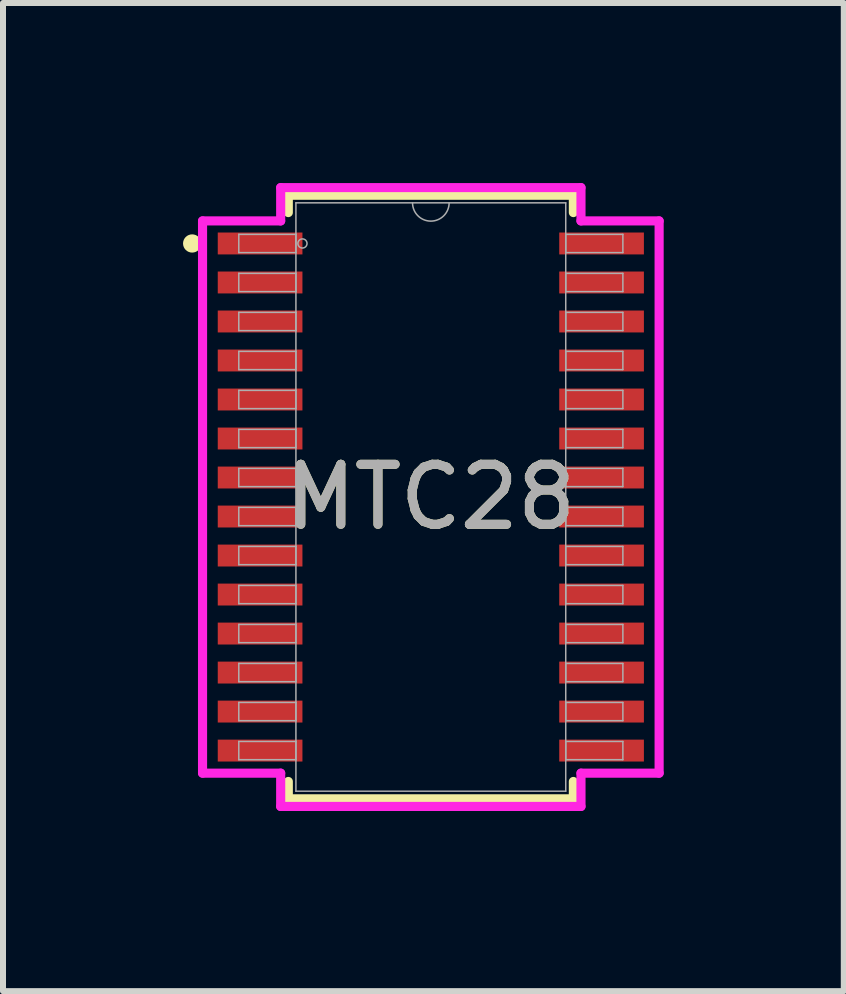
<source format=kicad_pcb>
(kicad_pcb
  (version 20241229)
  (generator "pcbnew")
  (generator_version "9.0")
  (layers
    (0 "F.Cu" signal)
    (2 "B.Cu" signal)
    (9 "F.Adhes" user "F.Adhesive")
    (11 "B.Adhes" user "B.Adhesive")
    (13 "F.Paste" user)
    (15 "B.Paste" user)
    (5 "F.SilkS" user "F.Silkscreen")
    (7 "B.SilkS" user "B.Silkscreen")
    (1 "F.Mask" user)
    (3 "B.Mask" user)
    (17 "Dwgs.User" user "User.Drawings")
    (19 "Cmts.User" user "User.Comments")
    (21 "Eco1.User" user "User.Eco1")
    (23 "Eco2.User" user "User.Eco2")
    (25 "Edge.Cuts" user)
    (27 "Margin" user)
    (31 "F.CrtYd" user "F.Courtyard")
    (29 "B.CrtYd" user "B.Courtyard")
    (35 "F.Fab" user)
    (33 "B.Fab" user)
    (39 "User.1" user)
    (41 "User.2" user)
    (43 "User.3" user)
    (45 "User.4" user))
  (footprint "MTC28"
    (layer "F.Cu")
    (at 4.129 5.232)
    (property "Reference" "MTC28" (at 0 0 0) (unlocked yes) (layer "F.SilkS") (effects (font (size 1 1) (thickness 0.15))))
    (attr smd)
    (fp_line (start -2.375 -5.029) (end -2.375 -4.74) (stroke (width 0.152) (type solid)) (layer "F.SilkS"))
    (fp_line (start -2.375 4.74) (end -2.375 5.029) (stroke (width 0.152) (type solid)) (layer "F.SilkS"))
    (fp_line (start -2.375 5.029) (end 2.375 5.029) (stroke (width 0.152) (type solid)) (layer "F.SilkS"))
    (fp_line (start 2.375 -5.029) (end -2.375 -5.029) (stroke (width 0.152) (type solid)) (layer "F.SilkS"))
    (fp_line (start 2.375 -4.74) (end 2.375 -5.029) (stroke (width 0.152) (type solid)) (layer "F.SilkS"))
    (fp_line (start 2.375 5.029) (end 2.375 4.74) (stroke (width 0.152) (type solid)) (layer "F.SilkS"))
    (fp_circle (center -3.977 -4.225) (end -3.901 -4.225) (stroke (width 0.152) (type solid)) (fill no) (layer "F.SilkS"))
    (fp_line (start -3.804 -4.601) (end -2.502 -4.601) (stroke (width 0.152) (type solid)) (layer "F.CrtYd"))
    (fp_line (start -3.804 4.601) (end -3.804 -4.601) (stroke (width 0.152) (type solid)) (layer "F.CrtYd"))
    (fp_line (start -3.804 4.601) (end -2.502 4.601) (stroke (width 0.152) (type solid)) (layer "F.CrtYd"))
    (fp_line (start -2.502 -5.156) (end 2.502 -5.156) (stroke (width 0.152) (type solid)) (layer "F.CrtYd"))
    (fp_line (start -2.502 -4.601) (end -2.502 -5.156) (stroke (width 0.152) (type solid)) (layer "F.CrtYd"))
    (fp_line (start -2.502 5.156) (end -2.502 4.601) (stroke (width 0.152) (type solid)) (layer "F.CrtYd"))
    (fp_line (start 2.502 -5.156) (end 2.502 -4.601) (stroke (width 0.152) (type solid)) (layer "F.CrtYd"))
    (fp_line (start 2.502 4.601) (end 2.502 5.156) (stroke (width 0.152) (type solid)) (layer "F.CrtYd"))
    (fp_line (start 2.502 5.156) (end -2.502 5.156) (stroke (width 0.152) (type solid)) (layer "F.CrtYd"))
    (fp_line (start 3.804 -4.601) (end 2.502 -4.601) (stroke (width 0.152) (type solid)) (layer "F.CrtYd"))
    (fp_line (start 3.804 -4.601) (end 3.804 4.601) (stroke (width 0.152) (type solid)) (layer "F.CrtYd"))
    (fp_line (start 3.804 4.601) (end 2.502 4.601) (stroke (width 0.152) (type solid)) (layer "F.CrtYd"))
    (fp_line (start -3.2 -4.377) (end -3.2 -4.073) (stroke (width 0.025) (type solid)) (layer "F.Fab"))
    (fp_line (start -3.2 -4.073) (end -2.248 -4.073) (stroke (width 0.025) (type solid)) (layer "F.Fab"))
    (fp_line (start -3.2 -3.727) (end -3.2 -3.423) (stroke (width 0.025) (type solid)) (layer "F.Fab"))
    (fp_line (start -3.2 -3.423) (end -2.248 -3.423) (stroke (width 0.025) (type solid)) (layer "F.Fab"))
    (fp_line (start -3.2 -3.077) (end -3.2 -2.773) (stroke (width 0.025) (type solid)) (layer "F.Fab"))
    (fp_line (start -3.2 -2.773) (end -2.248 -2.773) (stroke (width 0.025) (type solid)) (layer "F.Fab"))
    (fp_line (start -3.2 -2.427) (end -3.2 -2.123) (stroke (width 0.025) (type solid)) (layer "F.Fab"))
    (fp_line (start -3.2 -2.123) (end -2.248 -2.123) (stroke (width 0.025) (type solid)) (layer "F.Fab"))
    (fp_line (start -3.2 -1.777) (end -3.2 -1.473) (stroke (width 0.025) (type solid)) (layer "F.Fab"))
    (fp_line (start -3.2 -1.473) (end -2.248 -1.473) (stroke (width 0.025) (type solid)) (layer "F.Fab"))
    (fp_line (start -3.2 -1.127) (end -3.2 -0.823) (stroke (width 0.025) (type solid)) (layer "F.Fab"))
    (fp_line (start -3.2 -0.823) (end -2.248 -0.823) (stroke (width 0.025) (type solid)) (layer "F.Fab"))
    (fp_line (start -3.2 -0.477) (end -3.2 -0.173) (stroke (width 0.025) (type solid)) (layer "F.Fab"))
    (fp_line (start -3.2 -0.173) (end -2.248 -0.173) (stroke (width 0.025) (type solid)) (layer "F.Fab"))
    (fp_line (start -3.2 0.173) (end -3.2 0.477) (stroke (width 0.025) (type solid)) (layer "F.Fab"))
    (fp_line (start -3.2 0.477) (end -2.248 0.477) (stroke (width 0.025) (type solid)) (layer "F.Fab"))
    (fp_line (start -3.2 0.823) (end -3.2 1.127) (stroke (width 0.025) (type solid)) (layer "F.Fab"))
    (fp_line (start -3.2 1.127) (end -2.248 1.127) (stroke (width 0.025) (type solid)) (layer "F.Fab"))
    (fp_line (start -3.2 1.473) (end -3.2 1.777) (stroke (width 0.025) (type solid)) (layer "F.Fab"))
    (fp_line (start -3.2 1.777) (end -2.248 1.777) (stroke (width 0.025) (type solid)) (layer "F.Fab"))
    (fp_line (start -3.2 2.123) (end -3.2 2.427) (stroke (width 0.025) (type solid)) (layer "F.Fab"))
    (fp_line (start -3.2 2.427) (end -2.248 2.427) (stroke (width 0.025) (type solid)) (layer "F.Fab"))
    (fp_line (start -3.2 2.773) (end -3.2 3.077) (stroke (width 0.025) (type solid)) (layer "F.Fab"))
    (fp_line (start -3.2 3.077) (end -2.248 3.077) (stroke (width 0.025) (type solid)) (layer "F.Fab"))
    (fp_line (start -3.2 3.423) (end -3.2 3.727) (stroke (width 0.025) (type solid)) (layer "F.Fab"))
    (fp_line (start -3.2 3.727) (end -2.248 3.727) (stroke (width 0.025) (type solid)) (layer "F.Fab"))
    (fp_line (start -3.2 4.073) (end -3.2 4.377) (stroke (width 0.025) (type solid)) (layer "F.Fab"))
    (fp_line (start -3.2 4.377) (end -2.248 4.377) (stroke (width 0.025) (type solid)) (layer "F.Fab"))
    (fp_line (start -2.248 -4.902) (end -2.248 4.902) (stroke (width 0.025) (type solid)) (layer "F.Fab"))
    (fp_line (start -2.248 -4.377) (end -3.2 -4.377) (stroke (width 0.025) (type solid)) (layer "F.Fab"))
    (fp_line (start -2.248 -4.073) (end -2.248 -4.377) (stroke (width 0.025) (type solid)) (layer "F.Fab"))
    (fp_line (start -2.248 -3.727) (end -3.2 -3.727) (stroke (width 0.025) (type solid)) (layer "F.Fab"))
    (fp_line (start -2.248 -3.423) (end -2.248 -3.727) (stroke (width 0.025) (type solid)) (layer "F.Fab"))
    (fp_line (start -2.248 -3.077) (end -3.2 -3.077) (stroke (width 0.025) (type solid)) (layer "F.Fab"))
    (fp_line (start -2.248 -2.773) (end -2.248 -3.077) (stroke (width 0.025) (type solid)) (layer "F.Fab"))
    (fp_line (start -2.248 -2.427) (end -3.2 -2.427) (stroke (width 0.025) (type solid)) (layer "F.Fab"))
    (fp_line (start -2.248 -2.123) (end -2.248 -2.427) (stroke (width 0.025) (type solid)) (layer "F.Fab"))
    (fp_line (start -2.248 -1.777) (end -3.2 -1.777) (stroke (width 0.025) (type solid)) (layer "F.Fab"))
    (fp_line (start -2.248 -1.473) (end -2.248 -1.777) (stroke (width 0.025) (type solid)) (layer "F.Fab"))
    (fp_line (start -2.248 -1.127) (end -3.2 -1.127) (stroke (width 0.025) (type solid)) (layer "F.Fab"))
    (fp_line (start -2.248 -0.823) (end -2.248 -1.127) (stroke (width 0.025) (type solid)) (layer "F.Fab"))
    (fp_line (start -2.248 -0.477) (end -3.2 -0.477) (stroke (width 0.025) (type solid)) (layer "F.Fab"))
    (fp_line (start -2.248 -0.173) (end -2.248 -0.477) (stroke (width 0.025) (type solid)) (layer "F.Fab"))
    (fp_line (start -2.248 0.173) (end -3.2 0.173) (stroke (width 0.025) (type solid)) (layer "F.Fab"))
    (fp_line (start -2.248 0.477) (end -2.248 0.173) (stroke (width 0.025) (type solid)) (layer "F.Fab"))
    (fp_line (start -2.248 0.823) (end -3.2 0.823) (stroke (width 0.025) (type solid)) (layer "F.Fab"))
    (fp_line (start -2.248 1.127) (end -2.248 0.823) (stroke (width 0.025) (type solid)) (layer "F.Fab"))
    (fp_line (start -2.248 1.473) (end -3.2 1.473) (stroke (width 0.025) (type solid)) (layer "F.Fab"))
    (fp_line (start -2.248 1.777) (end -2.248 1.473) (stroke (width 0.025) (type solid)) (layer "F.Fab"))
    (fp_line (start -2.248 2.123) (end -3.2 2.123) (stroke (width 0.025) (type solid)) (layer "F.Fab"))
    (fp_line (start -2.248 2.427) (end -2.248 2.123) (stroke (width 0.025) (type solid)) (layer "F.Fab"))
    (fp_line (start -2.248 2.773) (end -3.2 2.773) (stroke (width 0.025) (type solid)) (layer "F.Fab"))
    (fp_line (start -2.248 3.077) (end -2.248 2.773) (stroke (width 0.025) (type solid)) (layer "F.Fab"))
    (fp_line (start -2.248 3.423) (end -3.2 3.423) (stroke (width 0.025) (type solid)) (layer "F.Fab"))
    (fp_line (start -2.248 3.727) (end -2.248 3.423) (stroke (width 0.025) (type solid)) (layer "F.Fab"))
    (fp_line (start -2.248 4.073) (end -3.2 4.073) (stroke (width 0.025) (type solid)) (layer "F.Fab"))
    (fp_line (start -2.248 4.377) (end -2.248 4.073) (stroke (width 0.025) (type solid)) (layer "F.Fab"))
    (fp_line (start -2.248 4.902) (end 2.248 4.902) (stroke (width 0.025) (type solid)) (layer "F.Fab"))
    (fp_line (start 2.248 -4.902) (end -2.248 -4.902) (stroke (width 0.025) (type solid)) (layer "F.Fab"))
    (fp_line (start 2.248 -4.377) (end 2.248 -4.073) (stroke (width 0.025) (type solid)) (layer "F.Fab"))
    (fp_line (start 2.248 -4.073) (end 3.2 -4.073) (stroke (width 0.025) (type solid)) (layer "F.Fab"))
    (fp_line (start 2.248 -3.727) (end 2.248 -3.423) (stroke (width 0.025) (type solid)) (layer "F.Fab"))
    (fp_line (start 2.248 -3.423) (end 3.2 -3.423) (stroke (width 0.025) (type solid)) (layer "F.Fab"))
    (fp_line (start 2.248 -3.077) (end 2.248 -2.773) (stroke (width 0.025) (type solid)) (layer "F.Fab"))
    (fp_line (start 2.248 -2.773) (end 3.2 -2.773) (stroke (width 0.025) (type solid)) (layer "F.Fab"))
    (fp_line (start 2.248 -2.427) (end 2.248 -2.123) (stroke (width 0.025) (type solid)) (layer "F.Fab"))
    (fp_line (start 2.248 -2.123) (end 3.2 -2.123) (stroke (width 0.025) (type solid)) (layer "F.Fab"))
    (fp_line (start 2.248 -1.777) (end 2.248 -1.473) (stroke (width 0.025) (type solid)) (layer "F.Fab"))
    (fp_line (start 2.248 -1.473) (end 3.2 -1.473) (stroke (width 0.025) (type solid)) (layer "F.Fab"))
    (fp_line (start 2.248 -1.127) (end 2.248 -0.823) (stroke (width 0.025) (type solid)) (layer "F.Fab"))
    (fp_line (start 2.248 -0.823) (end 3.2 -0.823) (stroke (width 0.025) (type solid)) (layer "F.Fab"))
    (fp_line (start 2.248 -0.477) (end 2.248 -0.173) (stroke (width 0.025) (type solid)) (layer "F.Fab"))
    (fp_line (start 2.248 -0.173) (end 3.2 -0.173) (stroke (width 0.025) (type solid)) (layer "F.Fab"))
    (fp_line (start 2.248 0.173) (end 2.248 0.477) (stroke (width 0.025) (type solid)) (layer "F.Fab"))
    (fp_line (start 2.248 0.477) (end 3.2 0.477) (stroke (width 0.025) (type solid)) (layer "F.Fab"))
    (fp_line (start 2.248 0.823) (end 2.248 1.127) (stroke (width 0.025) (type solid)) (layer "F.Fab"))
    (fp_line (start 2.248 1.127) (end 3.2 1.127) (stroke (width 0.025) (type solid)) (layer "F.Fab"))
    (fp_line (start 2.248 1.473) (end 2.248 1.777) (stroke (width 0.025) (type solid)) (layer "F.Fab"))
    (fp_line (start 2.248 1.777) (end 3.2 1.777) (stroke (width 0.025) (type solid)) (layer "F.Fab"))
    (fp_line (start 2.248 2.123) (end 2.248 2.427) (stroke (width 0.025) (type solid)) (layer "F.Fab"))
    (fp_line (start 2.248 2.427) (end 3.2 2.427) (stroke (width 0.025) (type solid)) (layer "F.Fab"))
    (fp_line (start 2.248 2.773) (end 2.248 3.077) (stroke (width 0.025) (type solid)) (layer "F.Fab"))
    (fp_line (start 2.248 3.077) (end 3.2 3.077) (stroke (width 0.025) (type solid)) (layer "F.Fab"))
    (fp_line (start 2.248 3.423) (end 2.248 3.727) (stroke (width 0.025) (type solid)) (layer "F.Fab"))
    (fp_line (start 2.248 3.727) (end 3.2 3.727) (stroke (width 0.025) (type solid)) (layer "F.Fab"))
    (fp_line (start 2.248 4.073) (end 2.248 4.377) (stroke (width 0.025) (type solid)) (layer "F.Fab"))
    (fp_line (start 2.248 4.377) (end 3.2 4.377) (stroke (width 0.025) (type solid)) (layer "F.Fab"))
    (fp_line (start 2.248 4.902) (end 2.248 -4.902) (stroke (width 0.025) (type solid)) (layer "F.Fab"))
    (fp_line (start 3.2 -4.377) (end 2.248 -4.377) (stroke (width 0.025) (type solid)) (layer "F.Fab"))
    (fp_line (start 3.2 -4.073) (end 3.2 -4.377) (stroke (width 0.025) (type solid)) (layer "F.Fab"))
    (fp_line (start 3.2 -3.727) (end 2.248 -3.727) (stroke (width 0.025) (type solid)) (layer "F.Fab"))
    (fp_line (start 3.2 -3.423) (end 3.2 -3.727) (stroke (width 0.025) (type solid)) (layer "F.Fab"))
    (fp_line (start 3.2 -3.077) (end 2.248 -3.077) (stroke (width 0.025) (type solid)) (layer "F.Fab"))
    (fp_line (start 3.2 -2.773) (end 3.2 -3.077) (stroke (width 0.025) (type solid)) (layer "F.Fab"))
    (fp_line (start 3.2 -2.427) (end 2.248 -2.427) (stroke (width 0.025) (type solid)) (layer "F.Fab"))
    (fp_line (start 3.2 -2.123) (end 3.2 -2.427) (stroke (width 0.025) (type solid)) (layer "F.Fab"))
    (fp_line (start 3.2 -1.777) (end 2.248 -1.777) (stroke (width 0.025) (type solid)) (layer "F.Fab"))
    (fp_line (start 3.2 -1.473) (end 3.2 -1.777) (stroke (width 0.025) (type solid)) (layer "F.Fab"))
    (fp_line (start 3.2 -1.127) (end 2.248 -1.127) (stroke (width 0.025) (type solid)) (layer "F.Fab"))
    (fp_line (start 3.2 -0.823) (end 3.2 -1.127) (stroke (width 0.025) (type solid)) (layer "F.Fab"))
    (fp_line (start 3.2 -0.477) (end 2.248 -0.477) (stroke (width 0.025) (type solid)) (layer "F.Fab"))
    (fp_line (start 3.2 -0.173) (end 3.2 -0.477) (stroke (width 0.025) (type solid)) (layer "F.Fab"))
    (fp_line (start 3.2 0.173) (end 2.248 0.173) (stroke (width 0.025) (type solid)) (layer "F.Fab"))
    (fp_line (start 3.2 0.477) (end 3.2 0.173) (stroke (width 0.025) (type solid)) (layer "F.Fab"))
    (fp_line (start 3.2 0.823) (end 2.248 0.823) (stroke (width 0.025) (type solid)) (layer "F.Fab"))
    (fp_line (start 3.2 1.127) (end 3.2 0.823) (stroke (width 0.025) (type solid)) (layer "F.Fab"))
    (fp_line (start 3.2 1.473) (end 2.248 1.473) (stroke (width 0.025) (type solid)) (layer "F.Fab"))
    (fp_line (start 3.2 1.777) (end 3.2 1.473) (stroke (width 0.025) (type solid)) (layer "F.Fab"))
    (fp_line (start 3.2 2.123) (end 2.248 2.123) (stroke (width 0.025) (type solid)) (layer "F.Fab"))
    (fp_line (start 3.2 2.427) (end 3.2 2.123) (stroke (width 0.025) (type solid)) (layer "F.Fab"))
    (fp_line (start 3.2 2.773) (end 2.248 2.773) (stroke (width 0.025) (type solid)) (layer "F.Fab"))
    (fp_line (start 3.2 3.077) (end 3.2 2.773) (stroke (width 0.025) (type solid)) (layer "F.Fab"))
    (fp_line (start 3.2 3.423) (end 2.248 3.423) (stroke (width 0.025) (type solid)) (layer "F.Fab"))
    (fp_line (start 3.2 3.727) (end 3.2 3.423) (stroke (width 0.025) (type solid)) (layer "F.Fab"))
    (fp_line (start 3.2 4.073) (end 2.248 4.073) (stroke (width 0.025) (type solid)) (layer "F.Fab"))
    (fp_line (start 3.2 4.377) (end 3.2 4.073) (stroke (width 0.025) (type solid)) (layer "F.Fab"))
    (fp_arc (start 0.3048 -4.9022) (mid 0 -4.5974) (end -0.3048 -4.9022) (stroke (width 0.0254) (type solid)) (layer "F.Fab"))
    (fp_circle (center -2.139 -4.225) (end -2.063 -4.225) (stroke (width 0.025) (type solid)) (fill no) (layer "F.Fab"))
    (fp_text user "${REFERENCE}" (at 0 0 0) (unlocked yes) (layer "F.Fab") (effects (font (size 1 1) (thickness 0.15))))
    (pad "1" smd rect (at -2.845 -4.225) (size 1.411 0.365) (layers "F.Cu" "F.Mask" "F.Paste"))
    (pad "2" smd rect (at -2.845 -3.575) (size 1.411 0.365) (layers "F.Cu" "F.Mask" "F.Paste"))
    (pad "3" smd rect (at -2.845 -2.925) (size 1.411 0.365) (layers "F.Cu" "F.Mask" "F.Paste"))
    (pad "4" smd rect (at -2.845 -2.275) (size 1.411 0.365) (layers "F.Cu" "F.Mask" "F.Paste"))
    (pad "5" smd rect (at -2.845 -1.625) (size 1.411 0.365) (layers "F.Cu" "F.Mask" "F.Paste"))
    (pad "6" smd rect (at -2.845 -0.975) (size 1.411 0.365) (layers "F.Cu" "F.Mask" "F.Paste"))
    (pad "7" smd rect (at -2.845 -0.325) (size 1.411 0.365) (layers "F.Cu" "F.Mask" "F.Paste"))
    (pad "8" smd rect (at -2.845 0.325) (size 1.411 0.365) (layers "F.Cu" "F.Mask" "F.Paste"))
    (pad "9" smd rect (at -2.845 0.975) (size 1.411 0.365) (layers "F.Cu" "F.Mask" "F.Paste"))
    (pad "10" smd rect (at -2.845 1.625) (size 1.411 0.365) (layers "F.Cu" "F.Mask" "F.Paste"))
    (pad "11" smd rect (at -2.845 2.275) (size 1.411 0.365) (layers "F.Cu" "F.Mask" "F.Paste"))
    (pad "12" smd rect (at -2.845 2.925) (size 1.411 0.365) (layers "F.Cu" "F.Mask" "F.Paste"))
    (pad "13" smd rect (at -2.845 3.575) (size 1.411 0.365) (layers "F.Cu" "F.Mask" "F.Paste"))
    (pad "14" smd rect (at -2.845 4.225) (size 1.411 0.365) (layers "F.Cu" "F.Mask" "F.Paste"))
    (pad "15" smd rect (at 2.845 4.225) (size 1.411 0.365) (layers "F.Cu" "F.Mask" "F.Paste"))
    (pad "16" smd rect (at 2.845 3.575) (size 1.411 0.365) (layers "F.Cu" "F.Mask" "F.Paste"))
    (pad "17" smd rect (at 2.845 2.925) (size 1.411 0.365) (layers "F.Cu" "F.Mask" "F.Paste"))
    (pad "18" smd rect (at 2.845 2.275) (size 1.411 0.365) (layers "F.Cu" "F.Mask" "F.Paste"))
    (pad "19" smd rect (at 2.845 1.625) (size 1.411 0.365) (layers "F.Cu" "F.Mask" "F.Paste"))
    (pad "20" smd rect (at 2.845 0.975) (size 1.411 0.365) (layers "F.Cu" "F.Mask" "F.Paste"))
    (pad "21" smd rect (at 2.845 0.325) (size 1.411 0.365) (layers "F.Cu" "F.Mask" "F.Paste"))
    (pad "22" smd rect (at 2.845 -0.325) (size 1.411 0.365) (layers "F.Cu" "F.Mask" "F.Paste"))
    (pad "23" smd rect (at 2.845 -0.975) (size 1.411 0.365) (layers "F.Cu" "F.Mask" "F.Paste"))
    (pad "24" smd rect (at 2.845 -1.625) (size 1.411 0.365) (layers "F.Cu" "F.Mask" "F.Paste"))
    (pad "25" smd rect (at 2.845 -2.275) (size 1.411 0.365) (layers "F.Cu" "F.Mask" "F.Paste"))
    (pad "26" smd rect (at 2.845 -2.925) (size 1.411 0.365) (layers "F.Cu" "F.Mask" "F.Paste"))
    (pad "27" smd rect (at 2.845 -3.575) (size 1.411 0.365) (layers "F.Cu" "F.Mask" "F.Paste"))
    (pad "28" smd rect (at 2.845 -4.225) (size 1.411 0.365) (layers "F.Cu" "F.Mask" "F.Paste")))
  (gr_rect
    (start -3 -3)
    (end 11.01 13.465)
    (stroke (width 0.1) (type default))
    (fill no)
    (layer "Edge.Cuts")))
</source>
